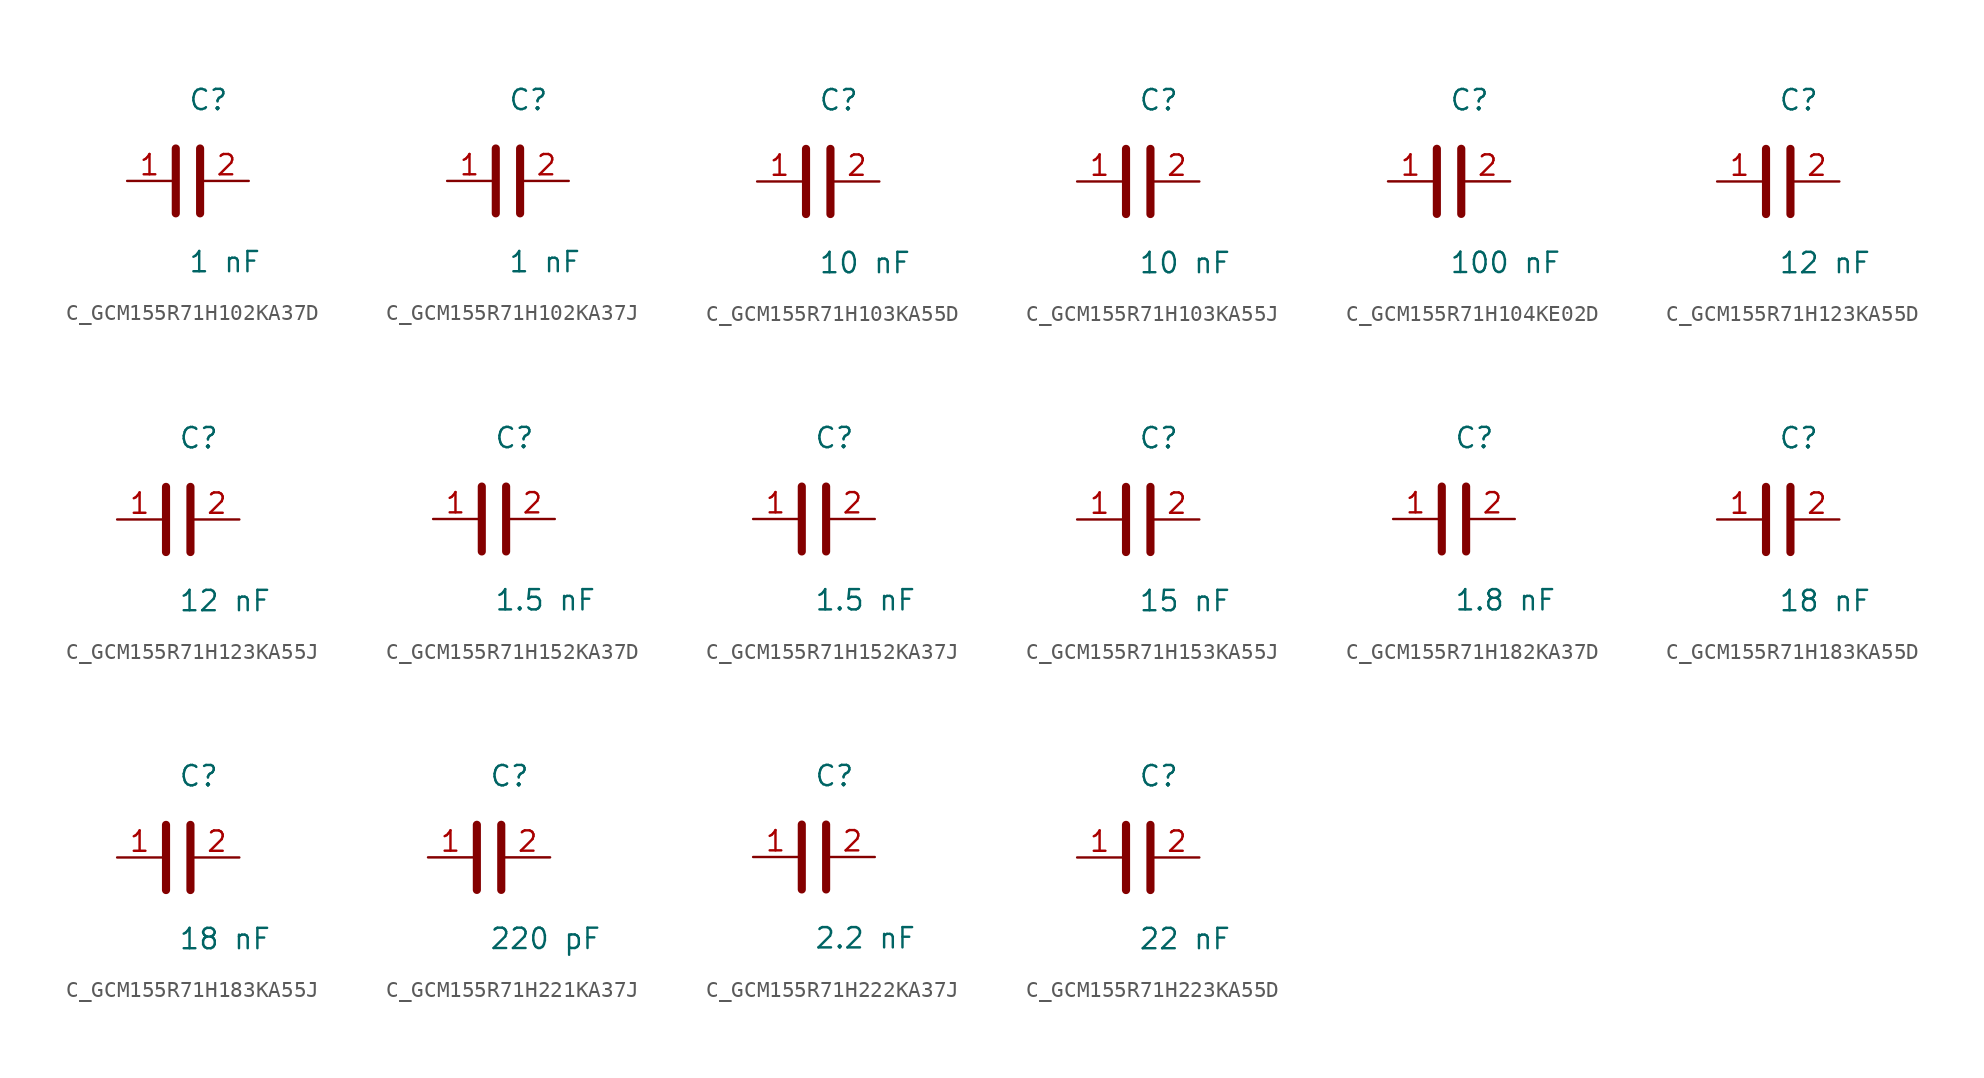
<source format=kicad_sym>
(kicad_symbol_lib
  (version 20231120)
  (generator kicad_symbol_editor)
  (generator_version 8.0)
  (symbol "C_GCM155R71H102KA37D"
    (pin_names
      (offset 0.254))
    (property "Reference" "C"
      (at 0.0 5.08 0)
      (effects (font (size 1.27 1.27)) (justify left)))
    (property "Value" "1 nF"
      (at 0.0 -5.08 0)
      (effects (font (size 1.27 1.27)) (justify left)))
    (symbol "C_GCM155R71H102KA37D_0_1"
      (polyline (pts (xy -0.762 -2.032) (xy -0.762 2.032)) (stroke (width 0.508) (type default)) (fill (type none)))
      (polyline (pts (xy 0.762 -2.032) (xy 0.762 2.032)) (stroke (width 0.508) (type default)) (fill (type none))))
    (pin unspecified line
      (at -3.81 0 0)
      (length 2.8)
      (name "" (effects (font (size 1.27 1.27))))
      (number "1" (effects (font (size 1.27 1.27)))))
    (pin unspecified line
      (at 3.81 0 180)
      (length 2.8)
      (name "" (effects (font (size 1.27 1.27))))
      (number "2" (effects (font (size 1.27 1.27))))))
  (symbol "C_GCM155R71H102KA37J"
    (pin_names
      (offset 0.254))
    (property "Reference" "C"
      (at 0.0 5.08 0)
      (effects (font (size 1.27 1.27)) (justify left)))
    (property "Value" "1 nF"
      (at 0.0 -5.08 0)
      (effects (font (size 1.27 1.27)) (justify left)))
    (symbol "C_GCM155R71H102KA37J_0_1"
      (polyline (pts (xy -0.762 -2.032) (xy -0.762 2.032)) (stroke (width 0.508) (type default)) (fill (type none)))
      (polyline (pts (xy 0.762 -2.032) (xy 0.762 2.032)) (stroke (width 0.508) (type default)) (fill (type none))))
    (pin unspecified line
      (at -3.81 0 0)
      (length 2.8)
      (name "" (effects (font (size 1.27 1.27))))
      (number "1" (effects (font (size 1.27 1.27)))))
    (pin unspecified line
      (at 3.81 0 180)
      (length 2.8)
      (name "" (effects (font (size 1.27 1.27))))
      (number "2" (effects (font (size 1.27 1.27))))))
  (symbol "C_GCM155R71H103KA55D"
    (pin_names
      (offset 0.254))
    (property "Reference" "C"
      (at 0.0 5.08 0)
      (effects (font (size 1.27 1.27)) (justify left)))
    (property "Value" "10 nF"
      (at 0.0 -5.08 0)
      (effects (font (size 1.27 1.27)) (justify left)))
    (symbol "C_GCM155R71H103KA55D_0_1"
      (polyline (pts (xy -0.762 -2.032) (xy -0.762 2.032)) (stroke (width 0.508) (type default)) (fill (type none)))
      (polyline (pts (xy 0.762 -2.032) (xy 0.762 2.032)) (stroke (width 0.508) (type default)) (fill (type none))))
    (pin unspecified line
      (at -3.81 0 0)
      (length 2.8)
      (name "" (effects (font (size 1.27 1.27))))
      (number "1" (effects (font (size 1.27 1.27)))))
    (pin unspecified line
      (at 3.81 0 180)
      (length 2.8)
      (name "" (effects (font (size 1.27 1.27))))
      (number "2" (effects (font (size 1.27 1.27))))))
  (symbol "C_GCM155R71H103KA55J"
    (pin_names
      (offset 0.254))
    (property "Reference" "C"
      (at 0.0 5.08 0)
      (effects (font (size 1.27 1.27)) (justify left)))
    (property "Value" "10 nF"
      (at 0.0 -5.08 0)
      (effects (font (size 1.27 1.27)) (justify left)))
    (symbol "C_GCM155R71H103KA55J_0_1"
      (polyline (pts (xy -0.762 -2.032) (xy -0.762 2.032)) (stroke (width 0.508) (type default)) (fill (type none)))
      (polyline (pts (xy 0.762 -2.032) (xy 0.762 2.032)) (stroke (width 0.508) (type default)) (fill (type none))))
    (pin unspecified line
      (at -3.81 0 0)
      (length 2.8)
      (name "" (effects (font (size 1.27 1.27))))
      (number "1" (effects (font (size 1.27 1.27)))))
    (pin unspecified line
      (at 3.81 0 180)
      (length 2.8)
      (name "" (effects (font (size 1.27 1.27))))
      (number "2" (effects (font (size 1.27 1.27))))))
  (symbol "C_GCM155R71H104KE02D"
    (pin_names
      (offset 0.254))
    (property "Reference" "C"
      (at 0.0 5.08 0)
      (effects (font (size 1.27 1.27)) (justify left)))
    (property "Value" "100 nF"
      (at 0.0 -5.08 0)
      (effects (font (size 1.27 1.27)) (justify left)))
    (symbol "C_GCM155R71H104KE02D_0_1"
      (polyline (pts (xy -0.762 -2.032) (xy -0.762 2.032)) (stroke (width 0.508) (type default)) (fill (type none)))
      (polyline (pts (xy 0.762 -2.032) (xy 0.762 2.032)) (stroke (width 0.508) (type default)) (fill (type none))))
    (pin unspecified line
      (at -3.81 0 0)
      (length 2.8)
      (name "" (effects (font (size 1.27 1.27))))
      (number "1" (effects (font (size 1.27 1.27)))))
    (pin unspecified line
      (at 3.81 0 180)
      (length 2.8)
      (name "" (effects (font (size 1.27 1.27))))
      (number "2" (effects (font (size 1.27 1.27))))))
  (symbol "C_GCM155R71H123KA55D"
    (pin_names
      (offset 0.254))
    (property "Reference" "C"
      (at 0.0 5.08 0)
      (effects (font (size 1.27 1.27)) (justify left)))
    (property "Value" "12 nF"
      (at 0.0 -5.08 0)
      (effects (font (size 1.27 1.27)) (justify left)))
    (symbol "C_GCM155R71H123KA55D_0_1"
      (polyline (pts (xy -0.762 -2.032) (xy -0.762 2.032)) (stroke (width 0.508) (type default)) (fill (type none)))
      (polyline (pts (xy 0.762 -2.032) (xy 0.762 2.032)) (stroke (width 0.508) (type default)) (fill (type none))))
    (pin unspecified line
      (at -3.81 0 0)
      (length 2.8)
      (name "" (effects (font (size 1.27 1.27))))
      (number "1" (effects (font (size 1.27 1.27)))))
    (pin unspecified line
      (at 3.81 0 180)
      (length 2.8)
      (name "" (effects (font (size 1.27 1.27))))
      (number "2" (effects (font (size 1.27 1.27))))))
  (symbol "C_GCM155R71H123KA55J"
    (pin_names
      (offset 0.254))
    (property "Reference" "C"
      (at 0.0 5.08 0)
      (effects (font (size 1.27 1.27)) (justify left)))
    (property "Value" "12 nF"
      (at 0.0 -5.08 0)
      (effects (font (size 1.27 1.27)) (justify left)))
    (symbol "C_GCM155R71H123KA55J_0_1"
      (polyline (pts (xy -0.762 -2.032) (xy -0.762 2.032)) (stroke (width 0.508) (type default)) (fill (type none)))
      (polyline (pts (xy 0.762 -2.032) (xy 0.762 2.032)) (stroke (width 0.508) (type default)) (fill (type none))))
    (pin unspecified line
      (at -3.81 0 0)
      (length 2.8)
      (name "" (effects (font (size 1.27 1.27))))
      (number "1" (effects (font (size 1.27 1.27)))))
    (pin unspecified line
      (at 3.81 0 180)
      (length 2.8)
      (name "" (effects (font (size 1.27 1.27))))
      (number "2" (effects (font (size 1.27 1.27))))))
  (symbol "C_GCM155R71H152KA37D"
    (pin_names
      (offset 0.254))
    (property "Reference" "C"
      (at 0.0 5.08 0)
      (effects (font (size 1.27 1.27)) (justify left)))
    (property "Value" "1.5 nF"
      (at 0.0 -5.08 0)
      (effects (font (size 1.27 1.27)) (justify left)))
    (symbol "C_GCM155R71H152KA37D_0_1"
      (polyline (pts (xy -0.762 -2.032) (xy -0.762 2.032)) (stroke (width 0.508) (type default)) (fill (type none)))
      (polyline (pts (xy 0.762 -2.032) (xy 0.762 2.032)) (stroke (width 0.508) (type default)) (fill (type none))))
    (pin unspecified line
      (at -3.81 0 0)
      (length 2.8)
      (name "" (effects (font (size 1.27 1.27))))
      (number "1" (effects (font (size 1.27 1.27)))))
    (pin unspecified line
      (at 3.81 0 180)
      (length 2.8)
      (name "" (effects (font (size 1.27 1.27))))
      (number "2" (effects (font (size 1.27 1.27))))))
  (symbol "C_GCM155R71H152KA37J"
    (pin_names
      (offset 0.254))
    (property "Reference" "C"
      (at 0.0 5.08 0)
      (effects (font (size 1.27 1.27)) (justify left)))
    (property "Value" "1.5 nF"
      (at 0.0 -5.08 0)
      (effects (font (size 1.27 1.27)) (justify left)))
    (symbol "C_GCM155R71H152KA37J_0_1"
      (polyline (pts (xy -0.762 -2.032) (xy -0.762 2.032)) (stroke (width 0.508) (type default)) (fill (type none)))
      (polyline (pts (xy 0.762 -2.032) (xy 0.762 2.032)) (stroke (width 0.508) (type default)) (fill (type none))))
    (pin unspecified line
      (at -3.81 0 0)
      (length 2.8)
      (name "" (effects (font (size 1.27 1.27))))
      (number "1" (effects (font (size 1.27 1.27)))))
    (pin unspecified line
      (at 3.81 0 180)
      (length 2.8)
      (name "" (effects (font (size 1.27 1.27))))
      (number "2" (effects (font (size 1.27 1.27))))))
  (symbol "C_GCM155R71H153KA55J"
    (pin_names
      (offset 0.254))
    (property "Reference" "C"
      (at 0.0 5.08 0)
      (effects (font (size 1.27 1.27)) (justify left)))
    (property "Value" "15 nF"
      (at 0.0 -5.08 0)
      (effects (font (size 1.27 1.27)) (justify left)))
    (symbol "C_GCM155R71H153KA55J_0_1"
      (polyline (pts (xy -0.762 -2.032) (xy -0.762 2.032)) (stroke (width 0.508) (type default)) (fill (type none)))
      (polyline (pts (xy 0.762 -2.032) (xy 0.762 2.032)) (stroke (width 0.508) (type default)) (fill (type none))))
    (pin unspecified line
      (at -3.81 0 0)
      (length 2.8)
      (name "" (effects (font (size 1.27 1.27))))
      (number "1" (effects (font (size 1.27 1.27)))))
    (pin unspecified line
      (at 3.81 0 180)
      (length 2.8)
      (name "" (effects (font (size 1.27 1.27))))
      (number "2" (effects (font (size 1.27 1.27))))))
  (symbol "C_GCM155R71H182KA37D"
    (pin_names
      (offset 0.254))
    (property "Reference" "C"
      (at 0.0 5.08 0)
      (effects (font (size 1.27 1.27)) (justify left)))
    (property "Value" "1.8 nF"
      (at 0.0 -5.08 0)
      (effects (font (size 1.27 1.27)) (justify left)))
    (symbol "C_GCM155R71H182KA37D_0_1"
      (polyline (pts (xy -0.762 -2.032) (xy -0.762 2.032)) (stroke (width 0.508) (type default)) (fill (type none)))
      (polyline (pts (xy 0.762 -2.032) (xy 0.762 2.032)) (stroke (width 0.508) (type default)) (fill (type none))))
    (pin unspecified line
      (at -3.81 0 0)
      (length 2.8)
      (name "" (effects (font (size 1.27 1.27))))
      (number "1" (effects (font (size 1.27 1.27)))))
    (pin unspecified line
      (at 3.81 0 180)
      (length 2.8)
      (name "" (effects (font (size 1.27 1.27))))
      (number "2" (effects (font (size 1.27 1.27))))))
  (symbol "C_GCM155R71H183KA55D"
    (pin_names
      (offset 0.254))
    (property "Reference" "C"
      (at 0.0 5.08 0)
      (effects (font (size 1.27 1.27)) (justify left)))
    (property "Value" "18 nF"
      (at 0.0 -5.08 0)
      (effects (font (size 1.27 1.27)) (justify left)))
    (symbol "C_GCM155R71H183KA55D_0_1"
      (polyline (pts (xy -0.762 -2.032) (xy -0.762 2.032)) (stroke (width 0.508) (type default)) (fill (type none)))
      (polyline (pts (xy 0.762 -2.032) (xy 0.762 2.032)) (stroke (width 0.508) (type default)) (fill (type none))))
    (pin unspecified line
      (at -3.81 0 0)
      (length 2.8)
      (name "" (effects (font (size 1.27 1.27))))
      (number "1" (effects (font (size 1.27 1.27)))))
    (pin unspecified line
      (at 3.81 0 180)
      (length 2.8)
      (name "" (effects (font (size 1.27 1.27))))
      (number "2" (effects (font (size 1.27 1.27))))))
  (symbol "C_GCM155R71H183KA55J"
    (pin_names
      (offset 0.254))
    (property "Reference" "C"
      (at 0.0 5.08 0)
      (effects (font (size 1.27 1.27)) (justify left)))
    (property "Value" "18 nF"
      (at 0.0 -5.08 0)
      (effects (font (size 1.27 1.27)) (justify left)))
    (symbol "C_GCM155R71H183KA55J_0_1"
      (polyline (pts (xy -0.762 -2.032) (xy -0.762 2.032)) (stroke (width 0.508) (type default)) (fill (type none)))
      (polyline (pts (xy 0.762 -2.032) (xy 0.762 2.032)) (stroke (width 0.508) (type default)) (fill (type none))))
    (pin unspecified line
      (at -3.81 0 0)
      (length 2.8)
      (name "" (effects (font (size 1.27 1.27))))
      (number "1" (effects (font (size 1.27 1.27)))))
    (pin unspecified line
      (at 3.81 0 180)
      (length 2.8)
      (name "" (effects (font (size 1.27 1.27))))
      (number "2" (effects (font (size 1.27 1.27))))))
  (symbol "C_GCM155R71H221KA37J"
    (pin_names
      (offset 0.254))
    (property "Reference" "C"
      (at 0.0 5.08 0)
      (effects (font (size 1.27 1.27)) (justify left)))
    (property "Value" "220 pF"
      (at 0.0 -5.08 0)
      (effects (font (size 1.27 1.27)) (justify left)))
    (symbol "C_GCM155R71H221KA37J_0_1"
      (polyline (pts (xy -0.762 -2.032) (xy -0.762 2.032)) (stroke (width 0.508) (type default)) (fill (type none)))
      (polyline (pts (xy 0.762 -2.032) (xy 0.762 2.032)) (stroke (width 0.508) (type default)) (fill (type none))))
    (pin unspecified line
      (at -3.81 0 0)
      (length 2.8)
      (name "" (effects (font (size 1.27 1.27))))
      (number "1" (effects (font (size 1.27 1.27)))))
    (pin unspecified line
      (at 3.81 0 180)
      (length 2.8)
      (name "" (effects (font (size 1.27 1.27))))
      (number "2" (effects (font (size 1.27 1.27))))))
  (symbol "C_GCM155R71H222KA37J"
    (pin_names
      (offset 0.254))
    (property "Reference" "C"
      (at 0.0 5.08 0)
      (effects (font (size 1.27 1.27)) (justify left)))
    (property "Value" "2.2 nF"
      (at 0.0 -5.08 0)
      (effects (font (size 1.27 1.27)) (justify left)))
    (symbol "C_GCM155R71H222KA37J_0_1"
      (polyline (pts (xy -0.762 -2.032) (xy -0.762 2.032)) (stroke (width 0.508) (type default)) (fill (type none)))
      (polyline (pts (xy 0.762 -2.032) (xy 0.762 2.032)) (stroke (width 0.508) (type default)) (fill (type none))))
    (pin unspecified line
      (at -3.81 0 0)
      (length 2.8)
      (name "" (effects (font (size 1.27 1.27))))
      (number "1" (effects (font (size 1.27 1.27)))))
    (pin unspecified line
      (at 3.81 0 180)
      (length 2.8)
      (name "" (effects (font (size 1.27 1.27))))
      (number "2" (effects (font (size 1.27 1.27))))))
  (symbol "C_GCM155R71H223KA55D"
    (pin_names
      (offset 0.254))
    (property "Reference" "C"
      (at 0.0 5.08 0)
      (effects (font (size 1.27 1.27)) (justify left)))
    (property "Value" "22 nF"
      (at 0.0 -5.08 0)
      (effects (font (size 1.27 1.27)) (justify left)))
    (symbol "C_GCM155R71H223KA55D_0_1"
      (polyline (pts (xy -0.762 -2.032) (xy -0.762 2.032)) (stroke (width 0.508) (type default)) (fill (type none)))
      (polyline (pts (xy 0.762 -2.032) (xy 0.762 2.032)) (stroke (width 0.508) (type default)) (fill (type none))))
    (pin unspecified line
      (at -3.81 0 0)
      (length 2.8)
      (name "" (effects (font (size 1.27 1.27))))
      (number "1" (effects (font (size 1.27 1.27)))))
    (pin unspecified line
      (at 3.81 0 180)
      (length 2.8)
      (name "" (effects (font (size 1.27 1.27))))
      (number "2" (effects (font (size 1.27 1.27)))))))
</source>
